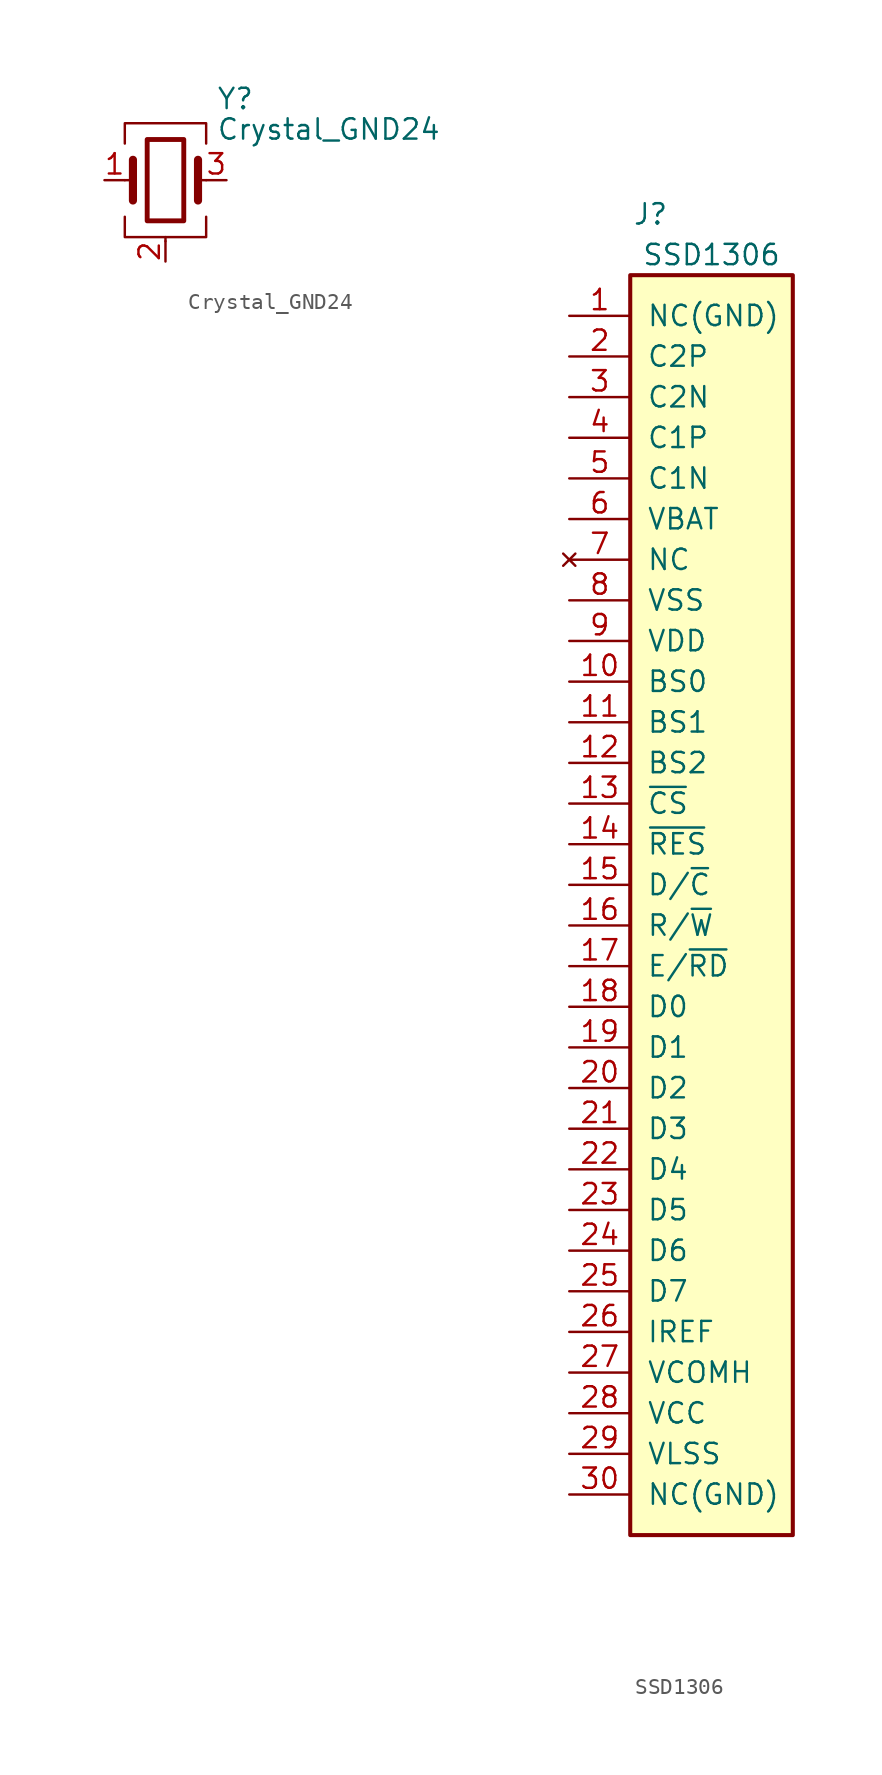
<source format=kicad_sym>
(kicad_symbol_lib
  (version 20211014)
  (generator kicad_symbol_editor)
  (symbol "Crystal_GND24"
    (pin_names
      (offset 1.016) hide)
    (property "Reference" "Y"
      (at 3.175 5.08 0)
      (effects (font (size 1.27 1.27)) (justify left)))
    (property "Value" "Crystal_GND24"
      (at 3.175 3.175 0)
      (effects (font (size 1.27 1.27)) (justify left)))
    (symbol "Crystal_GND24_0_1"
      (rectangle (start -1.143 2.54) (end 1.143 -2.54) (stroke (width 0.305) (type default) (color 0 0 0 0)) (fill (type none)))
      (polyline (pts (xy -2.54 0) (xy -2.032 0)) (stroke (width 0) (type default) (color 0 0 0 0)) (fill (type none)))
      (polyline (pts (xy -2.032 -1.27) (xy -2.032 1.27)) (stroke (width 0.508) (type default) (color 0 0 0 0)) (fill (type none)))
      (polyline (pts (xy 0 -3.81) (xy 0 -3.556)) (stroke (width 0) (type default) (color 0 0 0 0)) (fill (type none)))
      (polyline (pts (xy 2.032 -1.27) (xy 2.032 1.27)) (stroke (width 0.508) (type default) (color 0 0 0 0)) (fill (type none)))
      (polyline (pts (xy 2.032 0) (xy 2.54 0)) (stroke (width 0) (type default) (color 0 0 0 0)) (fill (type none)))
      (polyline (pts (xy -2.54 -2.286) (xy -2.54 -3.556) (xy 2.54 -3.556) (xy 2.54 -2.286)) (stroke (width 0) (type default) (color 0 0 0 0)) (fill (type none)))
      (polyline (pts (xy -2.54 2.286) (xy -2.54 3.556) (xy 2.54 3.556) (xy 2.54 2.286)) (stroke (width 0) (type default) (color 0 0 0 0)) (fill (type none))))
    (symbol "Crystal_GND24_1_1"
      (pin passive line (at -3.81 0 0) (length 1.27) (name "1" (effects (font (size 1.27 1.27)))) (number "1" (effects (font (size 1.27 1.27)))))
      (pin passive line (at 0 -5.08 90) (length 1.27) (name "2" (effects (font (size 1.27 1.27)))) (number "2" (effects (font (size 1.27 1.27)))))
      (pin passive line (at 3.81 0 180) (length 1.27) (name "3" (effects (font (size 1.27 1.27)))) (number "3" (effects (font (size 1.27 1.27)))))
      (pin passive line (at 0 -5.08 90) (length 1.27) hide (name "4" (effects (font (size 1.27 1.27)))) (number "4" (effects (font (size 1.27 1.27)))))))
  (symbol "SSD1306"
    (pin_names
      (offset 1.016))
    (property "Reference" "J"
      (at 1.27 43.18 0)
      (effects (font (size 1.27 1.27))))
    (property "Value" "SSD1306"
      (at 5.08 40.64 0)
      (effects (font (size 1.27 1.27))))
    (symbol "SSD1306_1_1"
      (rectangle (start 0 39.37) (end 10.16 -39.37) (stroke (width 0.254) (type default) (color 0 0 0 0)) (fill (type background)))
      (pin passive line (at -3.81 36.83 0) (length 3.81) (name "NC(GND)" (effects (font (size 1.27 1.27)))) (number "1" (effects (font (size 1.27 1.27)))))
      (pin input line (at -3.81 13.97 0) (length 3.81) (name "BS0" (effects (font (size 1.27 1.27)))) (number "10" (effects (font (size 1.27 1.27)))))
      (pin input line (at -3.81 11.43 0) (length 3.81) (name "BS1" (effects (font (size 1.27 1.27)))) (number "11" (effects (font (size 1.27 1.27)))))
      (pin input line (at -3.81 8.89 0) (length 3.81) (name "BS2" (effects (font (size 1.27 1.27)))) (number "12" (effects (font (size 1.27 1.27)))))
      (pin input line (at -3.81 6.35 0) (length 3.81) (name "~{CS}" (effects (font (size 1.27 1.27)))) (number "13" (effects (font (size 1.27 1.27)))))
      (pin input line (at -3.81 3.81 0) (length 3.81) (name "~{RES}" (effects (font (size 1.27 1.27)))) (number "14" (effects (font (size 1.27 1.27)))))
      (pin input line (at -3.81 1.27 0) (length 3.81) (name "D/~{C}" (effects (font (size 1.27 1.27)))) (number "15" (effects (font (size 1.27 1.27)))))
      (pin input line (at -3.81 -1.27 0) (length 3.81) (name "R/~{W}" (effects (font (size 1.27 1.27)))) (number "16" (effects (font (size 1.27 1.27)))))
      (pin input line (at -3.81 -3.81 0) (length 3.81) (name "E/~{RD}" (effects (font (size 1.27 1.27)))) (number "17" (effects (font (size 1.27 1.27)))))
      (pin input line (at -3.81 -6.35 0) (length 3.81) (name "D0" (effects (font (size 1.27 1.27)))) (number "18" (effects (font (size 1.27 1.27)))))
      (pin input line (at -3.81 -8.89 0) (length 3.81) (name "D1" (effects (font (size 1.27 1.27)))) (number "19" (effects (font (size 1.27 1.27)))))
      (pin passive line (at -3.81 34.29 0) (length 3.81) (name "C2P" (effects (font (size 1.27 1.27)))) (number "2" (effects (font (size 1.27 1.27)))))
      (pin input line (at -3.81 -11.43 0) (length 3.81) (name "D2" (effects (font (size 1.27 1.27)))) (number "20" (effects (font (size 1.27 1.27)))))
      (pin input line (at -3.81 -13.97 0) (length 3.81) (name "D3" (effects (font (size 1.27 1.27)))) (number "21" (effects (font (size 1.27 1.27)))))
      (pin input line (at -3.81 -16.51 0) (length 3.81) (name "D4" (effects (font (size 1.27 1.27)))) (number "22" (effects (font (size 1.27 1.27)))))
      (pin input line (at -3.81 -19.05 0) (length 3.81) (name "D5" (effects (font (size 1.27 1.27)))) (number "23" (effects (font (size 1.27 1.27)))))
      (pin input line (at -3.81 -21.59 0) (length 3.81) (name "D6" (effects (font (size 1.27 1.27)))) (number "24" (effects (font (size 1.27 1.27)))))
      (pin input line (at -3.81 -24.13 0) (length 3.81) (name "D7" (effects (font (size 1.27 1.27)))) (number "25" (effects (font (size 1.27 1.27)))))
      (pin passive line (at -3.81 -26.67 0) (length 3.81) (name "IREF" (effects (font (size 1.27 1.27)))) (number "26" (effects (font (size 1.27 1.27)))))
      (pin passive line (at -3.81 -29.21 0) (length 3.81) (name "VCOMH" (effects (font (size 1.27 1.27)))) (number "27" (effects (font (size 1.27 1.27)))))
      (pin passive line (at -3.81 -31.75 0) (length 3.81) (name "VCC" (effects (font (size 1.27 1.27)))) (number "28" (effects (font (size 1.27 1.27)))))
      (pin passive line (at -3.81 -34.29 0) (length 3.81) (name "VLSS" (effects (font (size 1.27 1.27)))) (number "29" (effects (font (size 1.27 1.27)))))
      (pin passive line (at -3.81 31.75 0) (length 3.81) (name "C2N" (effects (font (size 1.27 1.27)))) (number "3" (effects (font (size 1.27 1.27)))))
      (pin passive line (at -3.81 -36.83 0) (length 3.81) (name "NC(GND)" (effects (font (size 1.27 1.27)))) (number "30" (effects (font (size 1.27 1.27)))))
      (pin passive line (at -3.81 29.21 0) (length 3.81) (name "C1P" (effects (font (size 1.27 1.27)))) (number "4" (effects (font (size 1.27 1.27)))))
      (pin passive line (at -3.81 26.67 0) (length 3.81) (name "C1N" (effects (font (size 1.27 1.27)))) (number "5" (effects (font (size 1.27 1.27)))))
      (pin power_in line (at -3.81 24.13 0) (length 3.81) (name "VBAT" (effects (font (size 1.27 1.27)))) (number "6" (effects (font (size 1.27 1.27)))))
      (pin no_connect line (at -3.81 21.59 0) (length 3.81) (name "NC" (effects (font (size 1.27 1.27)))) (number "7" (effects (font (size 1.27 1.27)))))
      (pin power_in line (at -3.81 19.05 0) (length 3.81) (name "VSS" (effects (font (size 1.27 1.27)))) (number "8" (effects (font (size 1.27 1.27)))))
      (pin power_in line (at -3.81 16.51 0) (length 3.81) (name "VDD" (effects (font (size 1.27 1.27)))) (number "9" (effects (font (size 1.27 1.27))))))))
</source>
